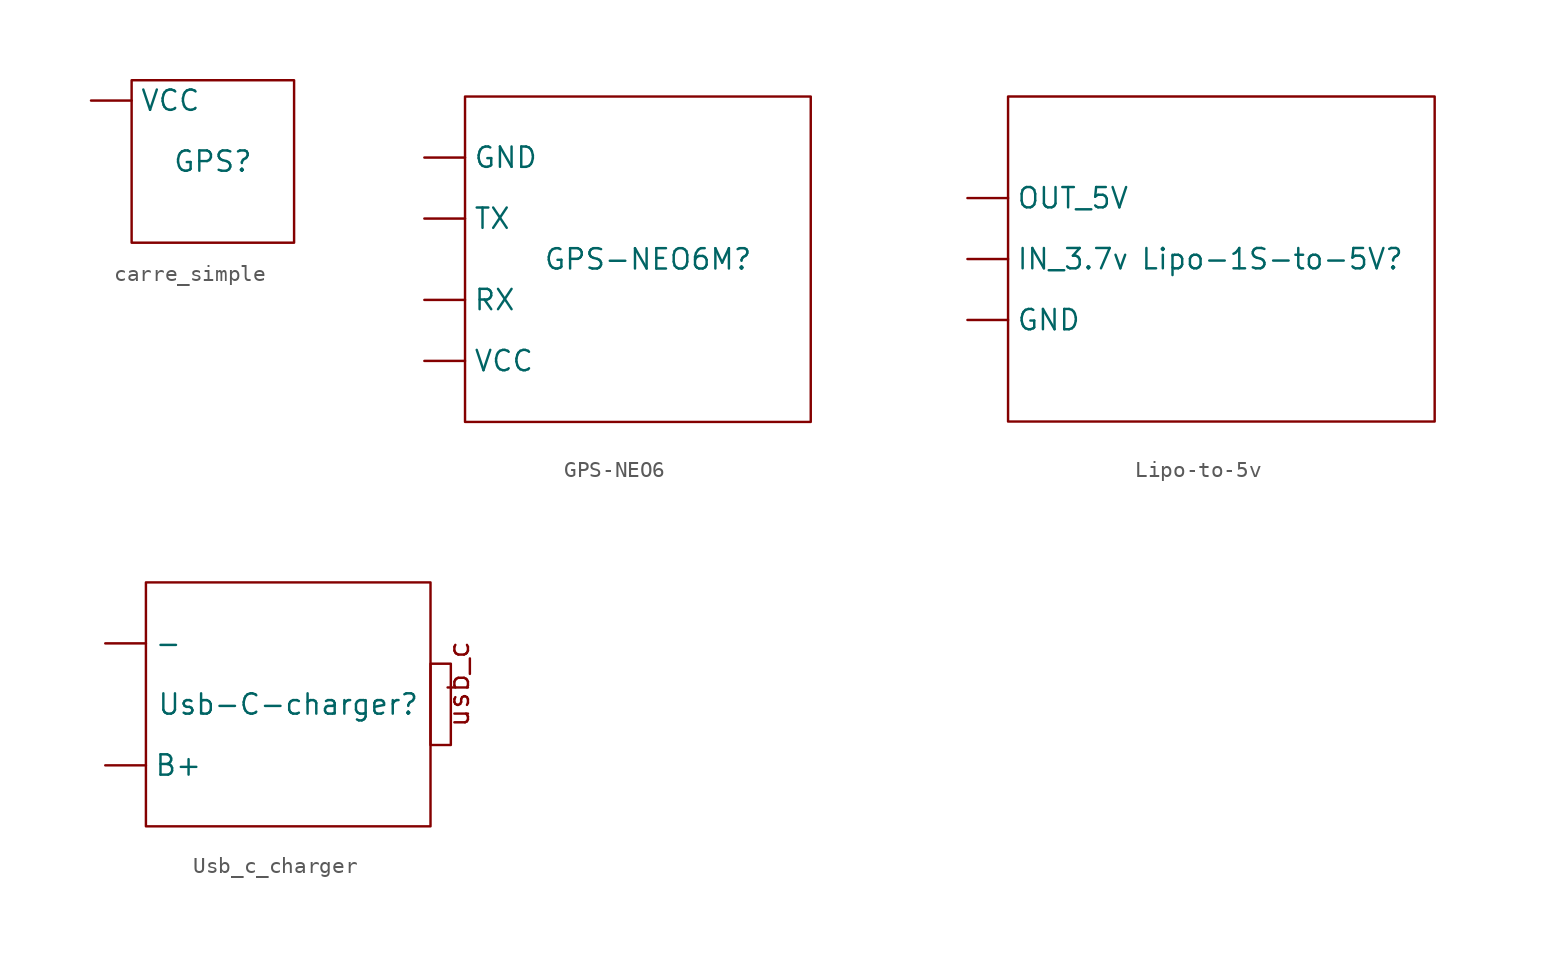
<source format=kicad_sym>
(kicad_symbol_lib
  (version 20220914)
  (generator kicad_symbol_editor)
  (symbol "carre_simple"
    (property "Reference" "GPS"
      (at 0 0 0)
      (effects (font (size 1.27 1.27))))
    (property "Value" ""
      (at 0 0 0)
      (effects (font (size 1.27 1.27))))
    (symbol "carre_simple_0_1"
      (rectangle (start -5.08 5.08) (end 5.08 -5.08) (stroke (width 0) (type default)) (fill (type none))))
    (symbol "carre_simple_1_1"
      (pin input line (at -7.62 3.81 0) (length 2.54) (name "VCC" (effects (font (size 1.27 1.27)))) (number "" (effects (font (size 1.27 1.27)))))))
  (symbol "GPS-NEO6"
    (property "Reference" "GPS-NEO6M"
      (at 0 0 0)
      (effects (font (size 1.27 1.27))))
    (property "Value" ""
      (at 0 0 0)
      (effects (font (size 1.27 1.27))))
    (symbol "GPS-NEO6_0_1"
      (rectangle (start -11.43 10.16) (end 10.16 -10.16) (stroke (width 0) (type default)) (fill (type none))))
    (symbol "GPS-NEO6_1_1"
      (pin input line (at -13.97 6.35 0) (length 2.54) (name "GND" (effects (font (size 1.27 1.27)))) (number "" (effects (font (size 1.27 1.27)))))
      (pin input line (at -13.97 -2.54 0) (length 2.54) (name "RX" (effects (font (size 1.27 1.27)))) (number "" (effects (font (size 1.27 1.27)))))
      (pin input line (at -13.97 2.54 0) (length 2.54) (name "TX" (effects (font (size 1.27 1.27)))) (number "" (effects (font (size 1.27 1.27)))))
      (pin input line (at -13.97 -6.35 0) (length 2.54) (name "VCC" (effects (font (size 1.27 1.27)))) (number "" (effects (font (size 1.27 1.27)))))))
  (symbol "Lipo-to-5v"
    (property "Reference" "Lipo-1S-to-5V"
      (at 5.08 0 0)
      (effects (font (size 1.27 1.27))))
    (property "Value" ""
      (at 0 0 0)
      (effects (font (size 1.27 1.27))))
    (symbol "Lipo-to-5v_0_1"
      (rectangle (start -11.43 10.16) (end 15.24 -10.16) (stroke (width 0) (type default)) (fill (type none))))
    (symbol "Lipo-to-5v_1_1"
      (pin input line (at -13.97 -3.81 0) (length 2.54) (name "GND" (effects (font (size 1.27 1.27)))) (number "" (effects (font (size 1.27 1.27)))))
      (pin input line (at -13.97 0 0) (length 2.54) (name "IN_3.7v" (effects (font (size 1.27 1.27)))) (number "" (effects (font (size 1.27 1.27)))))
      (pin input line (at -13.97 3.81 0) (length 2.54) (name "OUT_5V" (effects (font (size 1.27 1.27)))) (number "" (effects (font (size 1.27 1.27)))))))
  (symbol "Usb_c_charger"
    (property "Reference" "Usb-C-charger"
      (at 0 0 0)
      (effects (font (size 1.27 1.27))))
    (property "Value" ""
      (at 2.54 2.54 0)
      (effects (font (size 1.27 1.27))))
    (symbol "Usb_c_charger_0_1"
      (rectangle (start -8.89 7.62) (end 8.89 -7.62) (stroke (width 0) (type default)) (fill (type none))))
    (symbol "Usb_c_charger_1_1"
      (text_box "usb_c\n" (at 8.89 2.54 90) (size 1.27 -5.08) (stroke (width 0) (type default)) (fill (type none)) (effects (font (size 1.27 1.27)) (justify left top)))
      (pin input line (at -11.43 3.81 0) (length 2.54) (name "-" (effects (font (size 1.27 1.27)))) (number "" (effects (font (size 1.27 1.27)))))
      (pin input line (at -11.43 -3.81 0) (length 2.54) (name "B+" (effects (font (size 1.27 1.27)))) (number "" (effects (font (size 1.27 1.27))))))))
</source>
